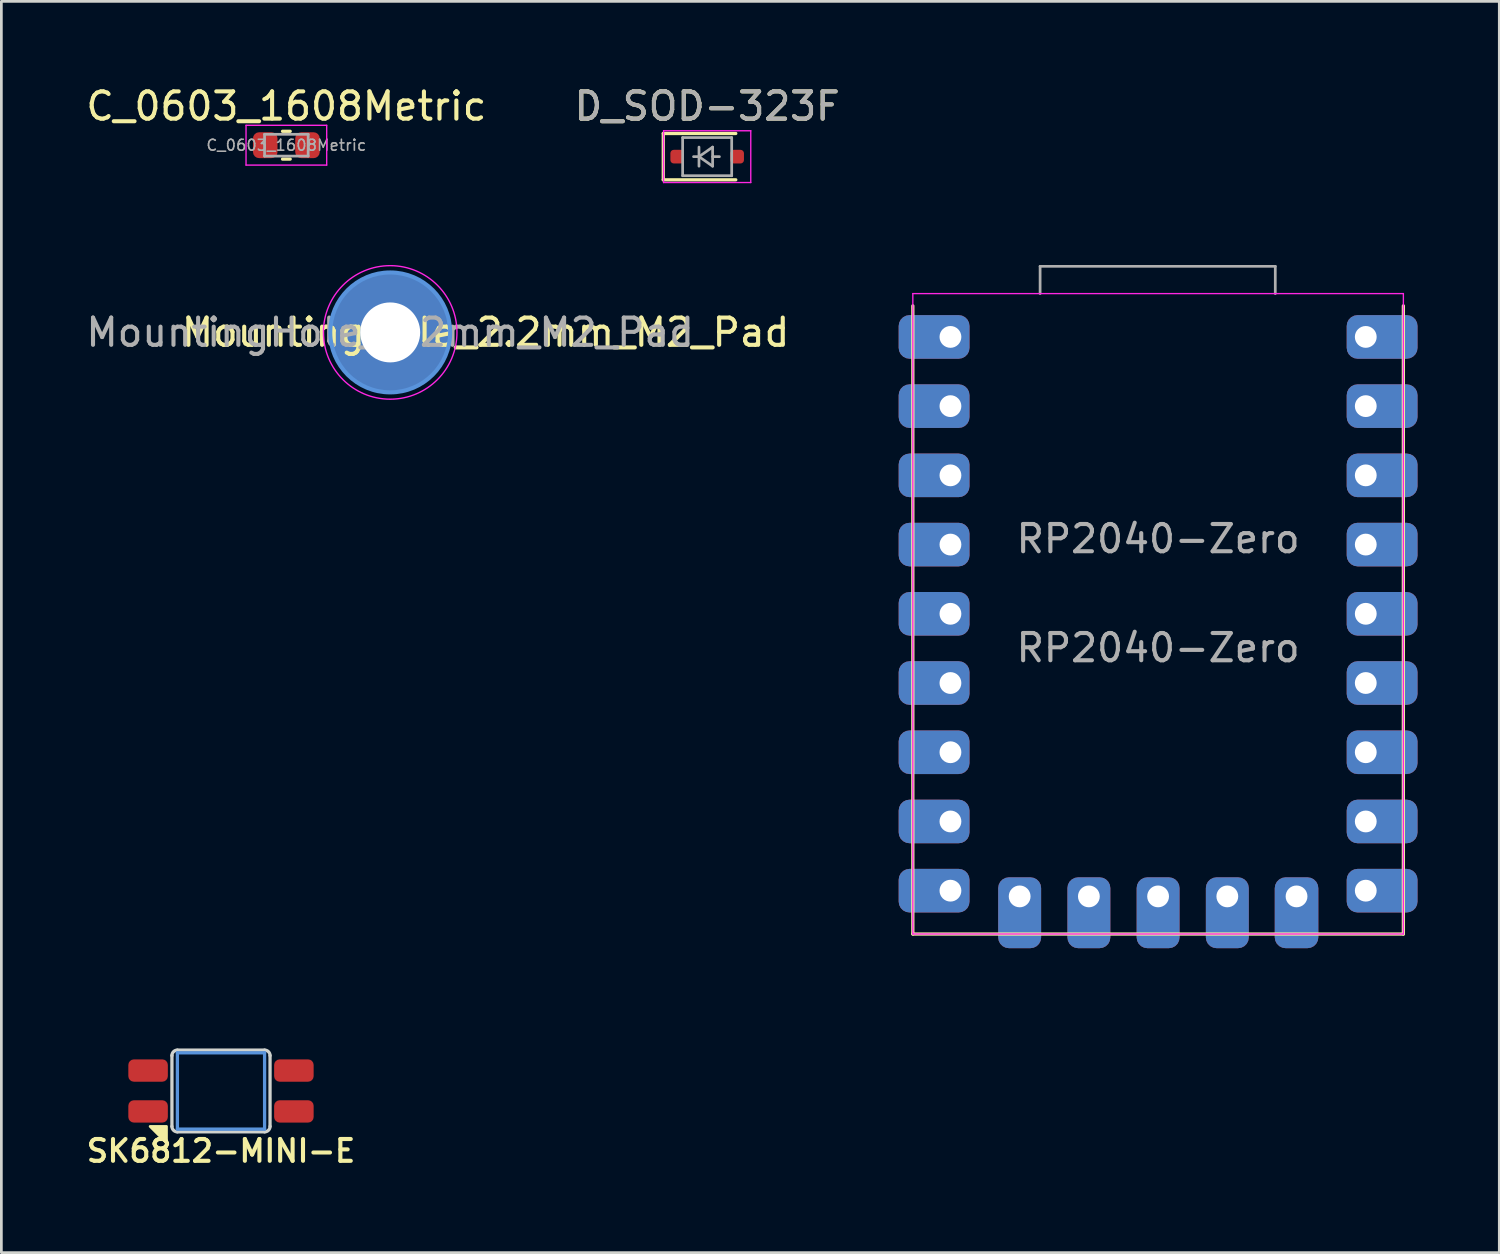
<source format=kicad_pcb>
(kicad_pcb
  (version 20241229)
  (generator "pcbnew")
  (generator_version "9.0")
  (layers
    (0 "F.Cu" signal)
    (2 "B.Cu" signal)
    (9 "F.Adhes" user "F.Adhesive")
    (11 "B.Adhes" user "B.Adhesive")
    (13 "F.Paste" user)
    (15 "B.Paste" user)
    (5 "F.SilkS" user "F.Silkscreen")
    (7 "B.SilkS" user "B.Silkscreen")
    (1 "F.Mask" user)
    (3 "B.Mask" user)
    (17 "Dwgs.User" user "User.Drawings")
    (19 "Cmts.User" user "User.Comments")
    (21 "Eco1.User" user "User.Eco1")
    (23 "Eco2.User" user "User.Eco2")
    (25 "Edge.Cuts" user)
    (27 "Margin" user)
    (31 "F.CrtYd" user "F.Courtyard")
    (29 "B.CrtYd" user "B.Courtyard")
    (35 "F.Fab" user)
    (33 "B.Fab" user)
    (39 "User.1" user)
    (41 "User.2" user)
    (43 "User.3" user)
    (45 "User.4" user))
  (footprint "D_SOD-323F"
    (layer "F.Cu")
    (at 22.899 2.698)
    (property "Reference" "D_SOD-323F" (at 0 -1.85 180) (layer "F.SilkS") (effects (font (size 1 1) (thickness 0.15))))
    (attr smd)
    (fp_line (start -1.61 -0.85) (end -1.61 0.85) (stroke (width 0.12) (type solid)) (layer "F.SilkS"))
    (fp_line (start -1.61 -0.85) (end 1.05 -0.85) (stroke (width 0.12) (type solid)) (layer "F.SilkS"))
    (fp_line (start -1.61 0.85) (end 1.05 0.85) (stroke (width 0.12) (type solid)) (layer "F.SilkS"))
    (fp_line (start -1.6 -0.95) (end -1.6 0.95) (stroke (width 0.05) (type solid)) (layer "F.CrtYd"))
    (fp_line (start -1.6 -0.95) (end 1.6 -0.95) (stroke (width 0.05) (type solid)) (layer "F.CrtYd"))
    (fp_line (start -1.6 0.95) (end 1.6 0.95) (stroke (width 0.05) (type solid)) (layer "F.CrtYd"))
    (fp_line (start 1.6 -0.95) (end 1.6 0.95) (stroke (width 0.05) (type solid)) (layer "F.CrtYd"))
    (fp_line (start -0.9 -0.7) (end 0.9 -0.7) (stroke (width 0.1) (type solid)) (layer "F.Fab"))
    (fp_line (start -0.9 0.7) (end -0.9 -0.7) (stroke (width 0.1) (type solid)) (layer "F.Fab"))
    (fp_line (start -0.3 -0.35) (end -0.3 0.35) (stroke (width 0.1) (type solid)) (layer "F.Fab"))
    (fp_line (start -0.3 0) (end -0.5 0) (stroke (width 0.1) (type solid)) (layer "F.Fab"))
    (fp_line (start -0.3 0) (end 0.2 -0.35) (stroke (width 0.1) (type solid)) (layer "F.Fab"))
    (fp_line (start 0.2 0) (end 0.45 0) (stroke (width 0.1) (type solid)) (layer "F.Fab"))
    (fp_line (start 0.2 -0.35) (end 0.2 0.35) (stroke (width 0.1) (type solid)) (layer "F.Fab"))
    (fp_line (start 0.2 0.35) (end -0.3 0) (stroke (width 0.1) (type solid)) (layer "F.Fab"))
    (fp_line (start 0.9 -0.7) (end 0.9 0.7) (stroke (width 0.1) (type solid)) (layer "F.Fab"))
    (fp_line (start 0.9 0.7) (end -0.9 0.7) (stroke (width 0.1) (type solid)) (layer "F.Fab"))
    (fp_text user "${REFERENCE}" (at 0 -1.85 180) (layer "F.Fab") (effects (font (size 1 1) (thickness 0.15))))
    (pad "1" smd roundrect (at -1.1 0 180) (size 0.5 0.5) (layers "F.Cu" "F.Mask" "F.Paste") (roundrect_rratio 0.25))
    (pad "2" smd roundrect (at 1.1 0 180) (size 0.5 0.5) (layers "F.Cu" "F.Mask" "F.Paste") (roundrect_rratio 0.25)))
  (footprint "C_0603_1608Metric"
    (layer "F.Cu")
    (at 7.458 2.278)
    (property "Reference" "C_0603_1608Metric" (at 0.000001 -1.43 180) (layer "F.SilkS") (effects (font (size 1 1) (thickness 0.15))))
    (attr smd)
    (fp_line (start -0.141 -0.51) (end 0.141 -0.51) (stroke (width 0.12) (type solid)) (layer "F.SilkS"))
    (fp_line (start -0.141 0.51) (end 0.141 0.51) (stroke (width 0.12) (type solid)) (layer "F.SilkS"))
    (fp_line (start -1.48 -0.73) (end 1.48 -0.73) (stroke (width 0.05) (type solid)) (layer "F.CrtYd"))
    (fp_line (start -1.48 0.73) (end -1.48 -0.73) (stroke (width 0.05) (type solid)) (layer "F.CrtYd"))
    (fp_line (start 1.48 -0.73) (end 1.48 0.73) (stroke (width 0.05) (type solid)) (layer "F.CrtYd"))
    (fp_line (start 1.48 0.73) (end -1.48 0.73) (stroke (width 0.05) (type solid)) (layer "F.CrtYd"))
    (fp_line (start -0.8 -0.4) (end 0.8 -0.4) (stroke (width 0.1) (type solid)) (layer "F.Fab"))
    (fp_line (start -0.8 0.4) (end -0.8 -0.4) (stroke (width 0.1) (type solid)) (layer "F.Fab"))
    (fp_line (start 0.8 -0.4) (end 0.8 0.4) (stroke (width 0.1) (type solid)) (layer "F.Fab"))
    (fp_line (start 0.8 0.4) (end -0.8 0.4) (stroke (width 0.1) (type solid)) (layer "F.Fab"))
    (fp_text user "${REFERENCE}" (at 0 0 180) (layer "F.Fab") (effects (font (size 0.4 0.4) (thickness 0.06))))
    (pad "1" smd roundrect (at -0.775 0 180) (size 0.9 0.95) (layers "F.Cu" "F.Mask" "F.Paste") (roundrect_rratio 0.25))
    (pad "2" smd roundrect (at 0.775 0 180) (size 0.9 0.95) (layers "F.Cu" "F.Mask" "F.Paste") (roundrect_rratio 0.25)))
  (footprint "RP2040-Zero"
    (layer "F.Cu")
    (at 29.286 32.173)
    (property "Reference" "RP2040-Zero" (at 10.16 -15.45 0) (unlocked yes) (layer "F.Fab") (effects (font (size 1 1) (thickness 0.15))))
    (attr through_hole dnp)
    (fp_line (start 1.16 -24) (end 1.16 -0.95) (stroke (width 0.12) (type solid)) (layer "F.SilkS"))
    (fp_line (start 1.16 -0.95) (end 19.16 -0.95) (stroke (width 0.12) (type solid)) (layer "F.SilkS"))
    (fp_line (start 19.16 -0.95) (end 19.16 -24) (stroke (width 0.12) (type solid)) (layer "F.SilkS"))
    (fp_line (start 1.16 -24.45) (end 19.16 -24.45) (stroke (width 0.05) (type solid)) (layer "F.CrtYd"))
    (fp_line (start 1.16 -0.95) (end 1.16 -24.45) (stroke (width 0.05) (type solid)) (layer "F.CrtYd"))
    (fp_line (start 19.16 -0.95) (end 1.16 -0.95) (stroke (width 0.05) (type solid)) (layer "F.CrtYd"))
    (fp_line (start 19.16 -24.45) (end 19.16 -0.95) (stroke (width 0.05) (type solid)) (layer "F.CrtYd"))
    (fp_line (start 5.83 -25.45) (end 5.83 -24.45) (stroke (width 0.1) (type solid)) (layer "F.Fab"))
    (fp_line (start 5.83 -25.45) (end 14.46 -25.45) (stroke (width 0.1) (type solid)) (layer "F.Fab"))
    (fp_line (start 14.46 -25.45) (end 14.46 -24.45) (stroke (width 0.1) (type solid)) (layer "F.Fab"))
    (fp_text user "${REFERENCE}" (at 10.16 -11.45 0) (unlocked yes) (layer "F.Fab") (effects (font (size 1 1) (thickness 0.15))))
    (pad "1" thru_hole roundrect (at 17.78 -22.86) (size 2.6 1.6) (drill 0.8 (offset 0.6 0)) (layers "*.Cu" "*.Mask") (roundrect_rratio 0.25))
    (pad "2" thru_hole roundrect (at 17.78 -20.32) (size 2.6 1.6) (drill 0.8 (offset 0.6 0)) (layers "*.Cu" "*.Mask") (roundrect_rratio 0.25))
    (pad "3" thru_hole roundrect (at 17.78 -17.78) (size 2.6 1.6) (drill 0.8 (offset 0.6 0)) (layers "*.Cu" "*.Mask") (roundrect_rratio 0.25))
    (pad "4" thru_hole roundrect (at 17.78 -15.24) (size 2.6 1.6) (drill 0.8 (offset 0.6 0)) (layers "*.Cu" "*.Mask") (roundrect_rratio 0.25))
    (pad "5" thru_hole roundrect (at 17.78 -12.7) (size 2.6 1.6) (drill 0.8 (offset 0.6 0)) (layers "*.Cu" "*.Mask") (roundrect_rratio 0.25))
    (pad "6" thru_hole roundrect (at 17.78 -10.16) (size 2.6 1.6) (drill 0.8 (offset 0.6 0)) (layers "*.Cu" "*.Mask") (roundrect_rratio 0.25))
    (pad "7" thru_hole roundrect (at 17.78 -7.62) (size 2.6 1.6) (drill 0.8 (offset 0.6 0)) (layers "*.Cu" "*.Mask") (roundrect_rratio 0.25))
    (pad "8" thru_hole roundrect (at 17.78 -5.08) (size 2.6 1.6) (drill 0.8 (offset 0.6 0)) (layers "*.Cu" "*.Mask") (roundrect_rratio 0.25))
    (pad "9" thru_hole roundrect (at 17.78 -2.54) (size 2.6 1.6) (drill 0.8 (offset 0.6 0)) (layers "*.Cu" "*.Mask") (roundrect_rratio 0.25))
    (pad "10" thru_hole roundrect (at 15.24 -2.33) (size 1.6 2.6) (drill 0.8 (offset 0 0.6)) (layers "*.Cu" "*.Mask") (roundrect_rratio 0.25))
    (pad "11" thru_hole roundrect (at 12.7 -2.33) (size 1.575 2.6) (drill 0.8 (offset 0 0.6)) (layers "*.Cu" "*.Mask") (roundrect_rratio 0.25))
    (pad "12" thru_hole roundrect (at 10.16 -2.33) (size 1.575 2.6) (drill 0.8 (offset 0 0.6)) (layers "*.Cu" "*.Mask") (roundrect_rratio 0.25))
    (pad "13" thru_hole roundrect (at 7.62 -2.33) (size 1.575 2.6) (drill 0.8 (offset 0 0.6)) (layers "*.Cu" "*.Mask") (roundrect_rratio 0.25))
    (pad "14" thru_hole roundrect (at 5.08 -2.33) (size 1.575 2.6) (drill 0.8 (offset 0 0.6)) (layers "*.Cu" "*.Mask") (roundrect_rratio 0.25))
    (pad "15" thru_hole roundrect (at 2.54 -2.54) (size 2.6 1.6) (drill 0.8 (offset -0.6 0)) (layers "*.Cu" "*.Mask") (roundrect_rratio 0.25))
    (pad "16" thru_hole roundrect (at 2.54 -5.08) (size 2.6 1.6) (drill 0.8 (offset -0.6 0)) (layers "*.Cu" "*.Mask") (roundrect_rratio 0.25))
    (pad "17" thru_hole roundrect (at 2.54 -7.62) (size 2.6 1.6) (drill 0.8 (offset -0.6 0)) (layers "*.Cu" "*.Mask") (roundrect_rratio 0.25))
    (pad "18" thru_hole roundrect (at 2.54 -10.16) (size 2.6 1.6) (drill 0.8 (offset -0.6 0)) (layers "*.Cu" "*.Mask") (roundrect_rratio 0.25))
    (pad "19" thru_hole roundrect (at 2.54 -12.7) (size 2.6 1.6) (drill 0.8 (offset -0.6 0)) (layers "*.Cu" "*.Mask") (roundrect_rratio 0.25))
    (pad "20" thru_hole roundrect (at 2.54 -15.24) (size 2.6 1.6) (drill 0.8 (offset -0.6 0)) (layers "*.Cu" "*.Mask") (roundrect_rratio 0.25))
    (pad "21" thru_hole roundrect (at 2.54 -17.78) (size 2.6 1.6) (drill 0.8 (offset -0.6 0)) (layers "*.Cu" "*.Mask") (roundrect_rratio 0.25))
    (pad "22" thru_hole roundrect (at 2.54 -22.86) (size 2.6 1.6) (drill 0.8 (offset -0.6 0)) (layers "*.Cu" "*.Mask") (roundrect_rratio 0.25))
    (pad "23" thru_hole roundrect (at 2.54 -20.32) (size 2.6 1.6) (drill 0.8 (offset -0.6 0)) (layers "*.Cu" "*.Mask") (roundrect_rratio 0.25)))
  (footprint "SK6812-MINI-E"
    (layer "F.Cu")
    (at 5.059 36.983)
    (property "Reference" "SK6812-MINI-E" (at 0 2.2 180) (layer "F.SilkS") (effects (font (size 0.8 0.8) (thickness 0.15))))
    (attr smd dnp)
    (fp_poly (pts (xy -2.6 1.3) (xy -2 1.3) (xy -2 1.9)) (stroke (width 0.1) (type solid)) (fill yes) (layer "F.SilkS"))
    (fp_line (start -1.6 -1.4) (end 1.6 -1.4) (stroke (width 0.12) (type solid)) (layer "Cmts.User"))
    (fp_line (start -1.6 1.4) (end -1.6 -1.4) (stroke (width 0.12) (type solid)) (layer "Cmts.User"))
    (fp_line (start 1.6 -1.4) (end 1.6 1.4) (stroke (width 0.12) (type solid)) (layer "Cmts.User"))
    (fp_line (start 1.6 1.4) (end -1.6 1.4) (stroke (width 0.12) (type solid)) (layer "Cmts.User"))
    (fp_line (start -1.8 1.3) (end -1.8 -1.3) (stroke (width 0.12) (type solid)) (layer "Edge.Cuts"))
    (fp_line (start -1.6 -1.5) (end 1.6 -1.5) (stroke (width 0.12) (type solid)) (layer "Edge.Cuts"))
    (fp_line (start 1.6 1.5) (end -1.6 1.5) (stroke (width 0.12) (type solid)) (layer "Edge.Cuts"))
    (fp_line (start 1.8 -1.3) (end 1.8 1.3) (stroke (width 0.12) (type solid)) (layer "Edge.Cuts"))
    (fp_arc (start -1.8 -1.3) (mid -1.741421 -1.441421) (end -1.600001 -1.5) (stroke (width 0.12) (type solid)) (layer "Edge.Cuts"))
    (fp_arc (start -1.6 1.5) (mid -1.741421 1.441421) (end -1.8 1.3) (stroke (width 0.12) (type solid)) (layer "Edge.Cuts"))
    (fp_arc (start 1.6 -1.5) (mid 1.741421 -1.441421) (end 1.8 -1.3) (stroke (width 0.12) (type solid)) (layer "Edge.Cuts"))
    (fp_arc (start 1.8 1.3) (mid 1.741421 1.441421) (end 1.6 1.5) (stroke (width 0.12) (type solid)) (layer "Edge.Cuts"))
    (fp_text user "VDD" (at 0.95 -1 180) (layer "User.1") (effects (font (size 0.4 0.4) (thickness 0.1))))
    (fp_text user "VSS" (at -0.9 1 180) (layer "User.1") (effects (font (size 0.4 0.4) (thickness 0.1))))
    (fp_text user "DOUT" (at 0.7 1 180) (layer "User.1") (effects (font (size 0.4 0.4) (thickness 0.1))))
    (fp_text user "DIN" (at -1 -1 180) (layer "User.1") (effects (font (size 0.4 0.4) (thickness 0.1))))
    (pad "1" smd roundrect (at 2.675 0.75 180) (size 1.45 0.82) (layers "F.Cu" "F.Mask" "F.Paste") (roundrect_rratio 0.25))
    (pad "2" smd roundrect (at -2.675 0.75 180) (size 1.45 0.82) (layers "F.Cu" "F.Mask" "F.Paste") (roundrect_rratio 0.25))
    (pad "3" smd roundrect (at -2.675 -0.75 180) (size 1.45 0.82) (layers "F.Cu" "F.Mask" "F.Paste") (roundrect_rratio 0.25))
    (pad "4" smd roundrect (at 2.675 -0.75 180) (size 1.45 0.82) (layers "F.Cu" "F.Mask" "F.Paste") (roundrect_rratio 0.25)))
  (footprint "MountingHole_2.2mm_M2_Pad"
    (layer "F.Cu")
    (at 11.268 9.148)
    (property "Reference" "MountingHole_2.2mm_M2_Pad" (at 3.5 0 4.999998282e-08) (layer "F.SilkS") (effects (font (size 1 1) (thickness 0.15))))
    (attr exclude_from_pos_files exclude_from_bom)
    (fp_circle (center 0 0) (end 2.2 0) (stroke (width 0.15) (type solid)) (fill no) (layer "Cmts.User"))
    (fp_circle (center 0 0) (end 2.45 0) (stroke (width 0.05) (type solid)) (fill no) (layer "F.CrtYd"))
    (fp_text user "${REFERENCE}" (at 0 0 4.999998282e-08) (layer "F.Fab") (effects (font (size 1 1) (thickness 0.15))))
    (pad "1" thru_hole circle (at 0 0 4.999998282e-08) (size 4.4 4.4) (drill 2.2) (layers "*.Cu" "*.Mask")))
  (gr_rect
    (start -3 -3)
    (end 51.966 42.914)
    (stroke (width 0.1) (type default))
    (fill no)
    (layer "Edge.Cuts")))
</source>
